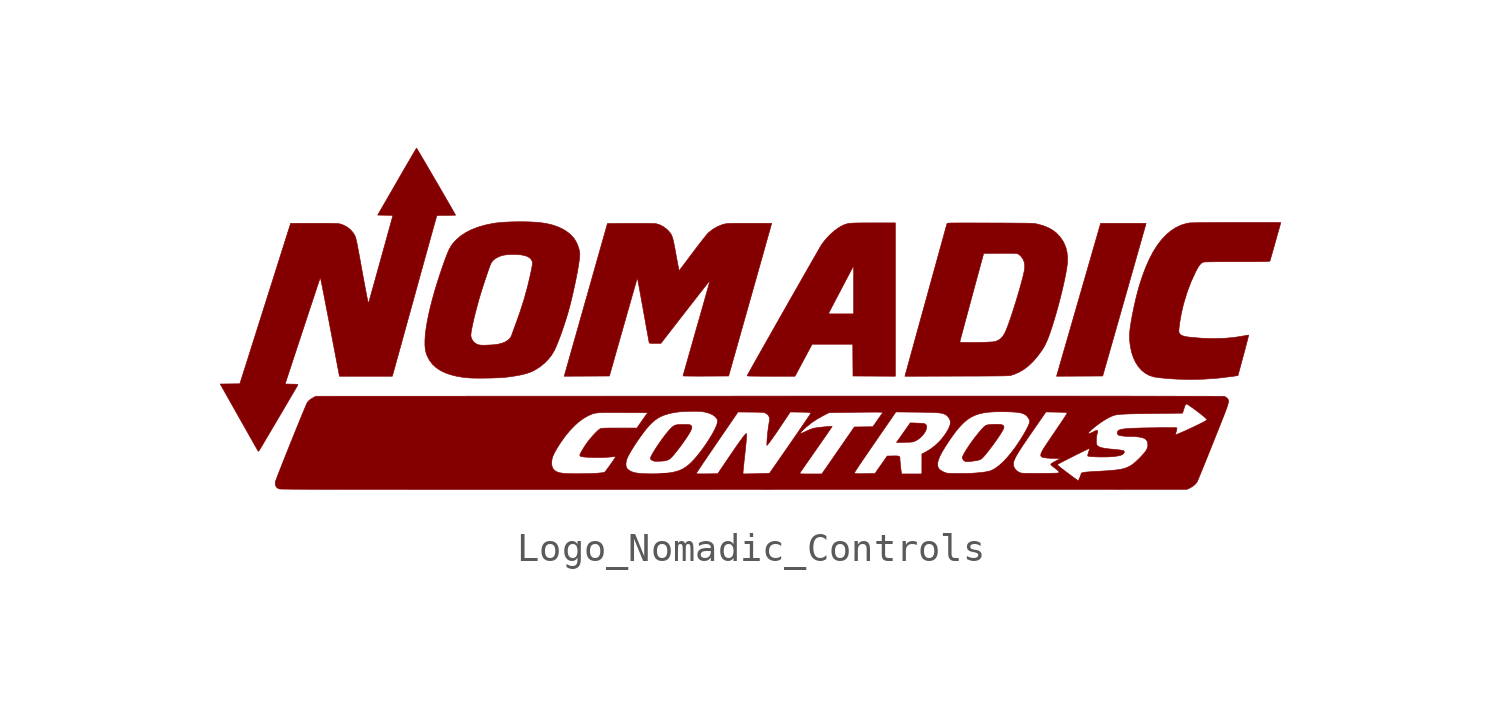
<source format=kicad_sym>
(kicad_symbol_lib
  (version 20211014)
  (generator kicad_symbol_editor)
  (symbol "Logo_Nomadic_Controls"
    (pin_names
      (offset 1.016))
    (property "Reference" "#G"
      (at 0 6.787 0)
      (effects (font (size 1.27 1.27)) hide))
    (symbol "Logo_Nomadic_Controls_0_0"
      (polyline (pts (xy 5.412 -4.404) (xy 5.473 -4.402) (xy 5.557 -4.401) (xy 5.62 -4.398) (xy 5.667 -4.394) (xy 5.703 -4.389) (xy 5.732 -4.38) (xy 5.762 -4.369) (xy 5.795 -4.353) (xy 5.873 -4.31) (xy 5.952 -4.25) (xy 6.023 -4.183) (xy 6.084 -4.11) (xy 6.132 -4.036) (xy 6.166 -3.963) (xy 6.184 -3.896) (xy 6.184 -3.836) (xy 6.165 -3.789) (xy 6.124 -3.756) (xy 6.122 -3.755) (xy 6.088 -3.747) (xy 6.028 -3.74) (xy 5.946 -3.734) (xy 5.847 -3.73) (xy 5.611 -3.722) (xy 5.419 -3.994) (xy 5.399 -4.023) (xy 5.34 -4.106) (xy 5.286 -4.183) (xy 5.238 -4.251) (xy 5.2 -4.304) (xy 5.177 -4.337) (xy 5.125 -4.409) (xy 5.412 -4.404)) (stroke (width 0.01) (type default) (color 0 0 0 0)) (fill (type outline)))
      (polyline (pts (xy 11.555 -2.081) (xy 12.364 -2.077) (xy 13.116 0.562) (xy 13.178 0.781) (xy 13.254 1.047) (xy 13.327 1.306) (xy 13.398 1.554) (xy 13.465 1.791) (xy 13.529 2.015) (xy 13.588 2.225) (xy 13.644 2.419) (xy 13.694 2.597) (xy 13.739 2.756) (xy 13.778 2.894) (xy 13.812 3.012) (xy 13.838 3.107) (xy 13.858 3.178) (xy 13.871 3.223) (xy 13.876 3.241) (xy 13.885 3.282) (xy 12.291 3.282) (xy 11.527 0.632) (xy 11.46 0.4) (xy 11.383 0.134) (xy 11.309 -0.124) (xy 11.237 -0.372) (xy 11.169 -0.609) (xy 11.104 -0.832) (xy 11.044 -1.042) (xy 10.988 -1.235) (xy 10.937 -1.412) (xy 10.892 -1.57) (xy 10.852 -1.708) (xy 10.819 -1.825) (xy 10.791 -1.92) (xy 10.771 -1.99) (xy 10.758 -2.034) (xy 10.754 -2.051) (xy 10.745 -2.085) (xy 11.555 -2.081)) (stroke (width 0.01) (type default) (color 0 0 0 0)) (fill (type outline)))
      (polyline (pts (xy 7.639 -5.083) (xy 7.71 -5.076) (xy 7.806 -5.064) (xy 7.901 -5.051) (xy 7.978 -5.037) (xy 8.038 -5.02) (xy 8.085 -4.998) (xy 8.127 -4.969) (xy 8.168 -4.928) (xy 8.216 -4.875) (xy 8.265 -4.816) (xy 8.343 -4.719) (xy 8.423 -4.614) (xy 8.505 -4.506) (xy 8.584 -4.396) (xy 8.659 -4.29) (xy 8.728 -4.189) (xy 8.787 -4.097) (xy 8.836 -4.019) (xy 8.87 -3.957) (xy 8.889 -3.914) (xy 8.896 -3.875) (xy 8.892 -3.836) (xy 8.869 -3.808) (xy 8.826 -3.788) (xy 8.76 -3.777) (xy 8.67 -3.773) (xy 8.553 -3.775) (xy 8.535 -3.776) (xy 8.455 -3.78) (xy 8.383 -3.786) (xy 8.326 -3.793) (xy 8.291 -3.799) (xy 8.254 -3.817) (xy 8.202 -3.858) (xy 8.138 -3.922) (xy 8.1 -3.964) (xy 8.021 -4.056) (xy 7.939 -4.157) (xy 7.857 -4.263) (xy 7.776 -4.373) (xy 7.699 -4.481) (xy 7.628 -4.587) (xy 7.565 -4.685) (xy 7.512 -4.773) (xy 7.472 -4.848) (xy 7.446 -4.907) (xy 7.437 -4.946) (xy 7.439 -4.961) (xy 7.459 -5.007) (xy 7.496 -5.048) (xy 7.54 -5.075) (xy 7.552 -5.079) (xy 7.588 -5.083) (xy 7.639 -5.083)) (stroke (width 0.01) (type default) (color 0 0 0 0)) (fill (type outline)))
      (polyline (pts (xy -3.186 -5.067) (xy -3.133 -5.065) (xy -3.033 -5.057) (xy -2.954 -5.043) (xy -2.889 -5.02) (xy -2.831 -4.986) (xy -2.776 -4.937) (xy -2.716 -4.872) (xy -2.707 -4.862) (xy -2.623 -4.76) (xy -2.534 -4.648) (xy -2.444 -4.529) (xy -2.357 -4.409) (xy -2.276 -4.293) (xy -2.203 -4.184) (xy -2.144 -4.088) (xy -2.1 -4.01) (xy -2.068 -3.936) (xy -2.056 -3.878) (xy -2.065 -3.835) (xy -2.095 -3.804) (xy -2.103 -3.799) (xy -2.125 -3.79) (xy -2.155 -3.784) (xy -2.2 -3.78) (xy -2.263 -3.779) (xy -2.35 -3.779) (xy -2.376 -3.779) (xy -2.477 -3.781) (xy -2.555 -3.786) (xy -2.616 -3.796) (xy -2.666 -3.813) (xy -2.709 -3.839) (xy -2.753 -3.875) (xy -2.802 -3.923) (xy -2.859 -3.985) (xy -2.926 -4.065) (xy -2.999 -4.156) (xy -3.073 -4.255) (xy -3.148 -4.358) (xy -3.221 -4.463) (xy -3.291 -4.566) (xy -3.355 -4.665) (xy -3.41 -4.756) (xy -3.456 -4.836) (xy -3.49 -4.902) (xy -3.509 -4.952) (xy -3.512 -4.981) (xy -3.507 -4.99) (xy -3.48 -5.016) (xy -3.441 -5.041) (xy -3.425 -5.049) (xy -3.397 -5.06) (xy -3.366 -5.066) (xy -3.325 -5.069) (xy -3.267 -5.069) (xy -3.186 -5.067)) (stroke (width 0.01) (type default) (color 0 0 0 0)) (fill (type outline)))
      (polyline (pts (xy 5.086 3.297) (xy 4.258 3.297) (xy 4.085 3.297) (xy 3.937 3.296) (xy 3.812 3.295) (xy 3.708 3.293) (xy 3.621 3.29) (xy 3.55 3.286) (xy 3.491 3.281) (xy 3.441 3.274) (xy 3.398 3.265) (xy 3.359 3.255) (xy 3.321 3.242) (xy 3.282 3.227) (xy 3.21 3.195) (xy 3.089 3.124) (xy 2.962 3.032) (xy 2.836 2.924) (xy 2.714 2.803) (xy 2.602 2.674) (xy 2.502 2.541) (xy 2.491 2.523) (xy 2.465 2.479) (xy 2.426 2.412) (xy 2.375 2.325) (xy 2.314 2.218) (xy 2.243 2.094) (xy 2.162 1.954) (xy 2.074 1.799) (xy 1.978 1.632) (xy 1.876 1.453) (xy 1.769 1.265) (xy 1.657 1.069) (xy 1.542 0.866) (xy 1.423 0.659) (xy 1.304 0.448) (xy 1.183 0.236) (xy 1.108 0.103) (xy 2.735 0.103) (xy 2.793 0.218) (xy 2.801 0.234) (xy 2.826 0.281) (xy 2.862 0.351) (xy 2.908 0.439) (xy 2.963 0.543) (xy 3.024 0.661) (xy 3.092 0.789) (xy 3.163 0.924) (xy 3.236 1.065) (xy 3.622 1.796) (xy 3.622 0.103) (xy 2.735 0.103) (xy 1.108 0.103) (xy 1.063 0.024) (xy 0.943 -0.187) (xy 0.826 -0.394) (xy 0.711 -0.596) (xy 0.6 -0.792) (xy 0.493 -0.981) (xy 0.393 -1.159) (xy 0.298 -1.326) (xy 0.211 -1.48) (xy 0.133 -1.62) (xy 0.063 -1.744) (xy 0.004 -1.85) (xy -0.044 -1.937) (xy -0.081 -2.003) (xy -0.105 -2.047) (xy -0.114 -2.066) (xy -0.114 -2.066) (xy -0.11 -2.07) (xy -0.093 -2.074) (xy -0.062 -2.077) (xy -0.014 -2.079) (xy 0.052 -2.081) (xy 0.138 -2.082) (xy 0.246 -2.083) (xy 0.378 -2.084) (xy 0.536 -2.084) (xy 0.721 -2.085) (xy 1.564 -2.085) (xy 1.865 -1.523) (xy 2.166 -0.961) (xy 3.592 -0.961) (xy 3.596 -1.519) (xy 3.6 -2.077) (xy 4.343 -2.081) (xy 5.086 -2.085) (xy 5.086 3.297)) (stroke (width 0.01) (type default) (color 0 0 0 0)) (fill (type outline)))
      (polyline (pts (xy 15.907 -2.188) (xy 16.395 -2.154) (xy 16.89 -2.094) (xy 17.111 -2.062) (xy 17.302 -1.355) (xy 17.309 -1.331) (xy 17.346 -1.193) (xy 17.38 -1.064) (xy 17.41 -0.948) (xy 17.437 -0.846) (xy 17.458 -0.762) (xy 17.474 -0.698) (xy 17.484 -0.657) (xy 17.486 -0.642) (xy 17.486 -0.641) (xy 17.467 -0.642) (xy 17.428 -0.647) (xy 17.376 -0.657) (xy 17.308 -0.671) (xy 16.966 -0.725) (xy 16.608 -0.756) (xy 16.233 -0.765) (xy 15.839 -0.751) (xy 15.428 -0.716) (xy 15.375 -0.709) (xy 15.274 -0.694) (xy 15.197 -0.676) (xy 15.139 -0.653) (xy 15.096 -0.624) (xy 15.063 -0.589) (xy 15.057 -0.579) (xy 15.044 -0.554) (xy 15.038 -0.525) (xy 15.037 -0.484) (xy 15.041 -0.422) (xy 15.042 -0.408) (xy 15.054 -0.302) (xy 15.072 -0.175) (xy 15.096 -0.035) (xy 15.123 0.11) (xy 15.154 0.253) (xy 15.185 0.386) (xy 15.204 0.459) (xy 15.32 0.845) (xy 15.46 1.218) (xy 15.628 1.584) (xy 15.668 1.661) (xy 15.72 1.752) (xy 15.767 1.82) (xy 15.811 1.869) (xy 15.856 1.902) (xy 15.904 1.921) (xy 15.921 1.923) (xy 15.969 1.927) (xy 16.046 1.929) (xy 16.152 1.931) (xy 16.285 1.933) (xy 16.447 1.935) (xy 16.636 1.936) (xy 16.851 1.936) (xy 17.094 1.937) (xy 17.351 1.937) (xy 17.527 1.937) (xy 17.678 1.937) (xy 17.806 1.938) (xy 17.912 1.938) (xy 18 1.939) (xy 18.069 1.941) (xy 18.124 1.942) (xy 18.165 1.944) (xy 18.194 1.947) (xy 18.214 1.95) (xy 18.226 1.954) (xy 18.233 1.958) (xy 18.235 1.963) (xy 18.237 1.967) (xy 18.246 2.001) (xy 18.262 2.057) (xy 18.284 2.132) (xy 18.31 2.223) (xy 18.339 2.326) (xy 18.371 2.438) (xy 18.404 2.556) (xy 18.438 2.676) (xy 18.471 2.795) (xy 18.503 2.909) (xy 18.533 3.015) (xy 18.56 3.109) (xy 18.582 3.189) (xy 18.599 3.25) (xy 18.61 3.29) (xy 18.614 3.305) (xy 18.598 3.307) (xy 18.555 3.308) (xy 18.488 3.309) (xy 18.398 3.311) (xy 18.288 3.311) (xy 18.16 3.312) (xy 18.016 3.312) (xy 17.859 3.313) (xy 17.691 3.313) (xy 17.515 3.313) (xy 17.332 3.313) (xy 17.145 3.312) (xy 16.956 3.312) (xy 16.769 3.311) (xy 16.584 3.31) (xy 16.404 3.309) (xy 16.233 3.308) (xy 16.071 3.307) (xy 15.921 3.306) (xy 15.786 3.304) (xy 15.668 3.303) (xy 15.569 3.301) (xy 15.491 3.299) (xy 15.438 3.297) (xy 15.41 3.296) (xy 15.303 3.276) (xy 15.114 3.219) (xy 14.933 3.133) (xy 14.758 3.02) (xy 14.592 2.879) (xy 14.433 2.712) (xy 14.284 2.518) (xy 14.143 2.297) (xy 14.013 2.051) (xy 13.892 1.78) (xy 13.82 1.599) (xy 13.738 1.371) (xy 13.662 1.137) (xy 13.592 0.895) (xy 13.527 0.637) (xy 13.464 0.36) (xy 13.403 0.059) (xy 13.391 -0.005) (xy 13.361 -0.168) (xy 13.338 -0.309) (xy 13.322 -0.431) (xy 13.311 -0.541) (xy 13.306 -0.643) (xy 13.307 -0.74) (xy 13.312 -0.838) (xy 13.322 -0.942) (xy 13.339 -1.064) (xy 13.384 -1.265) (xy 13.447 -1.449) (xy 13.527 -1.614) (xy 13.623 -1.758) (xy 13.735 -1.881) (xy 13.86 -1.981) (xy 13.999 -2.056) (xy 14.149 -2.105) (xy 14.183 -2.112) (xy 14.261 -2.124) (xy 14.36 -2.137) (xy 14.475 -2.149) (xy 14.601 -2.161) (xy 14.732 -2.171) (xy 14.864 -2.18) (xy 14.992 -2.187) (xy 15.419 -2.198) (xy 15.907 -2.188)) (stroke (width 0.01) (type default) (color 0 0 0 0)) (fill (type outline)))
      (polyline (pts (xy -9.355 -2.152) (xy -9.209 -2.15) (xy -9.064 -2.147) (xy -8.927 -2.142) (xy -8.802 -2.137) (xy -8.695 -2.13) (xy -8.612 -2.123) (xy -8.509 -2.111) (xy -8.306 -2.083) (xy -8.129 -2.053) (xy -7.973 -2.019) (xy -7.836 -1.981) (xy -7.715 -1.938) (xy -7.607 -1.889) (xy -7.576 -1.873) (xy -7.404 -1.767) (xy -7.244 -1.64) (xy -7.1 -1.496) (xy -6.977 -1.341) (xy -6.879 -1.176) (xy -6.876 -1.171) (xy -6.833 -1.078) (xy -6.784 -0.961) (xy -6.73 -0.826) (xy -6.673 -0.675) (xy -6.615 -0.514) (xy -6.558 -0.348) (xy -6.502 -0.18) (xy -6.45 -0.016) (xy -6.403 0.14) (xy -6.391 0.184) (xy -6.348 0.343) (xy -6.304 0.514) (xy -6.26 0.693) (xy -6.218 0.877) (xy -6.177 1.062) (xy -6.138 1.246) (xy -6.102 1.425) (xy -6.07 1.595) (xy -6.042 1.753) (xy -6.02 1.896) (xy -6.003 2.021) (xy -5.992 2.123) (xy -5.988 2.201) (xy -5.993 2.264) (xy -6.012 2.357) (xy -6.043 2.459) (xy -6.082 2.561) (xy -6.128 2.654) (xy -6.195 2.757) (xy -6.305 2.879) (xy -6.439 2.988) (xy -6.595 3.084) (xy -6.772 3.165) (xy -6.968 3.23) (xy -7.18 3.279) (xy -7.407 3.31) (xy -7.544 3.321) (xy -7.722 3.33) (xy -7.911 3.336) (xy -8.106 3.337) (xy -8.301 3.334) (xy -8.491 3.328) (xy -8.668 3.319) (xy -8.828 3.305) (xy -8.964 3.289) (xy -9.066 3.272) (xy -9.331 3.216) (xy -9.575 3.144) (xy -9.797 3.057) (xy -9.996 2.954) (xy -10.171 2.838) (xy -10.321 2.707) (xy -10.366 2.66) (xy -10.428 2.591) (xy -10.482 2.522) (xy -10.53 2.448) (xy -10.575 2.364) (xy -10.619 2.267) (xy -10.666 2.151) (xy -10.719 2.011) (xy -10.769 1.871) (xy -10.884 1.536) (xy -10.989 1.212) (xy -11.084 0.901) (xy -11.167 0.602) (xy -11.24 0.319) (xy -11.301 0.051) (xy -11.35 -0.199) (xy -11.387 -0.43) (xy -11.412 -0.642) (xy -11.414 -0.667) (xy -9.812 -0.667) (xy -9.811 -0.616) (xy -9.801 -0.54) (xy -9.785 -0.442) (xy -9.761 -0.324) (xy -9.732 -0.19) (xy -9.698 -0.041) (xy -9.659 0.118) (xy -9.616 0.286) (xy -9.569 0.459) (xy -9.52 0.636) (xy -9.493 0.726) (xy -9.459 0.839) (xy -9.421 0.961) (xy -9.38 1.089) (xy -9.337 1.22) (xy -9.295 1.349) (xy -9.253 1.472) (xy -9.214 1.587) (xy -9.178 1.689) (xy -9.147 1.774) (xy -9.122 1.838) (xy -9.105 1.877) (xy -9.084 1.914) (xy -9.025 1.987) (xy -8.944 2.05) (xy -8.837 2.107) (xy -8.795 2.125) (xy -8.701 2.155) (xy -8.595 2.175) (xy -8.472 2.186) (xy -8.325 2.19) (xy -8.208 2.188) (xy -8.055 2.175) (xy -7.928 2.152) (xy -7.825 2.116) (xy -7.747 2.069) (xy -7.691 2.01) (xy -7.657 1.938) (xy -7.653 1.923) (xy -7.65 1.895) (xy -7.652 1.859) (xy -7.658 1.808) (xy -7.67 1.74) (xy -7.688 1.648) (xy -7.718 1.5) (xy -7.822 1.06) (xy -7.944 0.617) (xy -8.088 0.167) (xy -8.253 -0.296) (xy -8.254 -0.297) (xy -8.287 -0.387) (xy -8.319 -0.472) (xy -8.345 -0.546) (xy -8.366 -0.605) (xy -8.378 -0.641) (xy -8.391 -0.675) (xy -8.442 -0.757) (xy -8.518 -0.827) (xy -8.618 -0.886) (xy -8.739 -0.933) (xy -8.879 -0.965) (xy -9.035 -0.983) (xy -9.064 -0.984) (xy -9.193 -0.991) (xy -9.296 -0.996) (xy -9.379 -0.997) (xy -9.444 -0.995) (xy -9.497 -0.99) (xy -9.54 -0.982) (xy -9.577 -0.969) (xy -9.613 -0.953) (xy -9.656 -0.927) (xy -9.731 -0.859) (xy -9.784 -0.773) (xy -9.812 -0.675) (xy -9.812 -0.667) (xy -11.414 -0.667) (xy -11.424 -0.832) (xy -11.424 -1) (xy -11.411 -1.145) (xy -11.384 -1.264) (xy -11.345 -1.372) (xy -11.263 -1.528) (xy -11.158 -1.666) (xy -11.029 -1.785) (xy -10.878 -1.886) (xy -10.705 -1.968) (xy -10.528 -2.03) (xy -10.326 -2.082) (xy -10.108 -2.119) (xy -9.869 -2.144) (xy -9.839 -2.146) (xy -9.744 -2.15) (xy -9.628 -2.152) (xy -9.496 -2.153) (xy -9.355 -2.152)) (stroke (width 0.01) (type default) (color 0 0 0 0)) (fill (type outline)))
      (polyline (pts (xy 7.246 -2.081) (xy 7.319 -2.081) (xy 7.584 -2.08) (xy 7.821 -2.08) (xy 8.032 -2.079) (xy 8.219 -2.078) (xy 8.384 -2.077) (xy 8.527 -2.076) (xy 8.65 -2.075) (xy 8.755 -2.074) (xy 8.844 -2.073) (xy 8.918 -2.071) (xy 8.979 -2.069) (xy 9.027 -2.067) (xy 9.066 -2.065) (xy 9.096 -2.062) (xy 9.12 -2.059) (xy 9.138 -2.056) (xy 9.152 -2.052) (xy 9.271 -2.012) (xy 9.444 -1.935) (xy 9.607 -1.837) (xy 9.763 -1.718) (xy 9.912 -1.575) (xy 10.059 -1.407) (xy 10.205 -1.211) (xy 10.253 -1.139) (xy 10.307 -1.051) (xy 10.355 -0.961) (xy 10.401 -0.862) (xy 10.448 -0.748) (xy 10.498 -0.612) (xy 10.527 -0.531) (xy 10.588 -0.348) (xy 10.65 -0.15) (xy 10.713 0.061) (xy 10.775 0.279) (xy 10.835 0.502) (xy 10.892 0.724) (xy 10.945 0.942) (xy 10.994 1.152) (xy 11.036 1.35) (xy 11.072 1.532) (xy 11.1 1.695) (xy 11.119 1.833) (xy 11.124 1.887) (xy 11.13 2.086) (xy 11.111 2.27) (xy 11.068 2.441) (xy 10.999 2.602) (xy 10.966 2.662) (xy 10.866 2.807) (xy 10.749 2.932) (xy 10.613 3.038) (xy 10.456 3.127) (xy 10.276 3.199) (xy 10.072 3.255) (xy 10.063 3.257) (xy 10.04 3.262) (xy 10.017 3.267) (xy 9.992 3.271) (xy 9.963 3.274) (xy 9.929 3.277) (xy 9.888 3.28) (xy 9.837 3.282) (xy 9.775 3.284) (xy 9.701 3.285) (xy 9.611 3.287) (xy 9.505 3.288) (xy 9.381 3.289) (xy 9.236 3.29) (xy 9.069 3.291) (xy 8.879 3.292) (xy 8.662 3.292) (xy 8.417 3.293) (xy 8.248 3.294) (xy 8.022 3.294) (xy 7.823 3.295) (xy 7.65 3.295) (xy 7.499 3.295) (xy 7.37 3.295) (xy 7.262 3.295) (xy 7.171 3.294) (xy 7.097 3.293) (xy 7.038 3.292) (xy 6.992 3.29) (xy 6.958 3.288) (xy 6.933 3.286) (xy 6.917 3.283) (xy 6.907 3.28) (xy 6.901 3.276) (xy 6.899 3.272) (xy 6.899 3.272) (xy 6.893 3.251) (xy 6.88 3.205) (xy 6.86 3.133) (xy 6.834 3.038) (xy 6.802 2.922) (xy 6.764 2.786) (xy 6.722 2.632) (xy 6.675 2.462) (xy 6.624 2.277) (xy 6.569 2.08) (xy 6.512 1.871) (xy 6.452 1.653) (xy 6.389 1.427) (xy 6.325 1.196) (xy 6.26 0.96) (xy 6.195 0.722) (xy 6.129 0.482) (xy 6.063 0.244) (xy 5.998 0.009) (xy 5.934 -0.223) (xy 5.872 -0.448) (xy 5.812 -0.665) (xy 5.755 -0.873) (xy 5.752 -0.885) (xy 7.348 -0.885) (xy 7.353 -0.866) (xy 7.364 -0.821) (xy 7.382 -0.751) (xy 7.407 -0.658) (xy 7.437 -0.544) (xy 7.473 -0.412) (xy 7.513 -0.262) (xy 7.557 -0.097) (xy 7.606 0.082) (xy 7.657 0.272) (xy 7.711 0.472) (xy 7.767 0.68) (xy 8.186 2.225) (xy 8.747 2.229) (xy 8.764 2.23) (xy 8.934 2.23) (xy 9.075 2.23) (xy 9.188 2.229) (xy 9.273 2.226) (xy 9.332 2.222) (xy 9.364 2.217) (xy 9.388 2.207) (xy 9.437 2.177) (xy 9.482 2.139) (xy 9.486 2.135) (xy 9.558 2.042) (xy 9.605 1.933) (xy 9.627 1.814) (xy 9.623 1.688) (xy 9.61 1.611) (xy 9.587 1.504) (xy 9.556 1.377) (xy 9.518 1.232) (xy 9.475 1.074) (xy 9.427 0.906) (xy 9.376 0.732) (xy 9.322 0.554) (xy 9.267 0.377) (xy 9.212 0.204) (xy 9.158 0.039) (xy 9.105 -0.115) (xy 9.056 -0.255) (xy 9.01 -0.376) (xy 8.97 -0.476) (xy 8.936 -0.551) (xy 8.899 -0.619) (xy 8.833 -0.713) (xy 8.761 -0.783) (xy 8.677 -0.834) (xy 8.577 -0.869) (xy 8.577 -0.869) (xy 8.54 -0.875) (xy 8.481 -0.881) (xy 8.403 -0.885) (xy 8.309 -0.89) (xy 8.204 -0.894) (xy 8.092 -0.897) (xy 7.976 -0.899) (xy 7.859 -0.9) (xy 7.746 -0.901) (xy 7.64 -0.901) (xy 7.545 -0.9) (xy 7.464 -0.898) (xy 7.402 -0.895) (xy 7.362 -0.89) (xy 7.348 -0.885) (xy 7.348 -0.885) (xy 5.752 -0.885) (xy 5.701 -1.069) (xy 5.65 -1.252) (xy 5.604 -1.421) (xy 5.562 -1.573) (xy 5.525 -1.707) (xy 5.494 -1.821) (xy 5.468 -1.914) (xy 5.449 -1.983) (xy 5.437 -2.027) (xy 5.433 -2.044) (xy 5.423 -2.086) (xy 7.246 -2.081)) (stroke (width 0.01) (type default) (color 0 0 0 0)) (fill (type outline)))
      (polyline (pts (xy -4.949 -2.077) (xy -4.46 -0.352) (xy -4.41 -0.177) (xy -4.35 0.036) (xy -4.292 0.239) (xy -4.237 0.431) (xy -4.186 0.61) (xy -4.139 0.774) (xy -4.097 0.922) (xy -4.059 1.052) (xy -4.028 1.162) (xy -4.002 1.251) (xy -3.983 1.316) (xy -3.971 1.356) (xy -3.967 1.37) (xy -3.967 1.369) (xy -3.963 1.35) (xy -3.954 1.304) (xy -3.941 1.234) (xy -3.924 1.141) (xy -3.904 1.029) (xy -3.88 0.9) (xy -3.854 0.755) (xy -3.826 0.597) (xy -3.795 0.428) (xy -3.763 0.251) (xy -3.759 0.226) (xy -3.727 0.048) (xy -3.696 -0.121) (xy -3.668 -0.28) (xy -3.642 -0.425) (xy -3.618 -0.555) (xy -3.598 -0.668) (xy -3.581 -0.761) (xy -3.568 -0.832) (xy -3.559 -0.879) (xy -3.555 -0.898) (xy -3.554 -0.902) (xy -3.55 -0.914) (xy -3.539 -0.922) (xy -3.518 -0.927) (xy -3.482 -0.93) (xy -3.426 -0.931) (xy -3.345 -0.931) (xy -3.142 -0.93) (xy -2.281 0.179) (xy -2.239 0.234) (xy -2.117 0.39) (xy -2.001 0.539) (xy -1.892 0.678) (xy -1.792 0.807) (xy -1.7 0.923) (xy -1.62 1.026) (xy -1.551 1.113) (xy -1.495 1.183) (xy -1.454 1.234) (xy -1.428 1.265) (xy -1.419 1.274) (xy -1.421 1.269) (xy -1.429 1.238) (xy -1.444 1.182) (xy -1.466 1.102) (xy -1.495 1) (xy -1.53 0.877) (xy -1.57 0.736) (xy -1.614 0.578) (xy -1.663 0.405) (xy -1.716 0.219) (xy -1.772 0.021) (xy -1.831 -0.186) (xy -1.893 -0.401) (xy -1.926 -0.518) (xy -1.986 -0.729) (xy -2.043 -0.931) (xy -2.098 -1.122) (xy -2.149 -1.301) (xy -2.195 -1.466) (xy -2.237 -1.615) (xy -2.275 -1.746) (xy -2.306 -1.857) (xy -2.331 -1.947) (xy -2.35 -2.014) (xy -2.362 -2.057) (xy -2.366 -2.072) (xy -2.361 -2.074) (xy -2.332 -2.076) (xy -2.277 -2.078) (xy -2.2 -2.079) (xy -2.102 -2.08) (xy -1.987 -2.081) (xy -1.857 -2.082) (xy -1.716 -2.082) (xy -1.565 -2.081) (xy -0.765 -2.077) (xy -0.02 0.562) (xy 0.042 0.779) (xy 0.117 1.046) (xy 0.19 1.304) (xy 0.26 1.553) (xy 0.327 1.79) (xy 0.39 2.014) (xy 0.449 2.224) (xy 0.504 2.419) (xy 0.553 2.596) (xy 0.598 2.755) (xy 0.637 2.894) (xy 0.67 3.012) (xy 0.697 3.107) (xy 0.717 3.178) (xy 0.729 3.223) (xy 0.734 3.241) (xy 0.743 3.282) (xy -0.033 3.282) (xy -0.161 3.282) (xy -0.314 3.282) (xy -0.442 3.282) (xy -0.547 3.281) (xy -0.634 3.28) (xy -0.703 3.278) (xy -0.759 3.276) (xy -0.804 3.273) (xy -0.84 3.269) (xy -0.871 3.264) (xy -0.898 3.259) (xy -0.925 3.252) (xy -0.985 3.236) (xy -1.157 3.167) (xy -1.32 3.072) (xy -1.477 2.949) (xy -1.477 2.948) (xy -1.503 2.921) (xy -1.544 2.872) (xy -1.599 2.804) (xy -1.667 2.719) (xy -1.745 2.62) (xy -1.831 2.508) (xy -1.924 2.385) (xy -2.022 2.255) (xy -2.055 2.212) (xy -2.155 2.079) (xy -2.238 1.967) (xy -2.308 1.875) (xy -2.364 1.8) (xy -2.408 1.741) (xy -2.442 1.697) (xy -2.466 1.664) (xy -2.483 1.642) (xy -2.494 1.629) (xy -2.501 1.622) (xy -2.503 1.621) (xy -2.504 1.622) (xy -2.504 1.625) (xy -2.505 1.627) (xy -2.505 1.629) (xy -2.51 1.65) (xy -2.519 1.697) (xy -2.533 1.765) (xy -2.55 1.853) (xy -2.569 1.956) (xy -2.591 2.072) (xy -2.614 2.197) (xy -2.623 2.247) (xy -2.65 2.397) (xy -2.674 2.522) (xy -2.696 2.626) (xy -2.715 2.71) (xy -2.734 2.779) (xy -2.754 2.834) (xy -2.775 2.881) (xy -2.798 2.921) (xy -2.825 2.957) (xy -2.856 2.993) (xy -2.893 3.033) (xy -2.956 3.091) (xy -3.066 3.17) (xy -3.183 3.23) (xy -3.3 3.266) (xy -3.305 3.267) (xy -3.347 3.271) (xy -3.417 3.275) (xy -3.515 3.277) (xy -3.643 3.279) (xy -3.799 3.279) (xy -3.984 3.279) (xy -4.198 3.279) (xy -5.018 3.275) (xy -5.768 0.628) (xy -5.832 0.403) (xy -5.908 0.136) (xy -5.981 -0.122) (xy -6.051 -0.37) (xy -6.118 -0.607) (xy -6.182 -0.831) (xy -6.241 -1.04) (xy -6.296 -1.234) (xy -6.346 -1.411) (xy -6.391 -1.57) (xy -6.43 -1.708) (xy -6.463 -1.825) (xy -6.49 -1.919) (xy -6.51 -1.99) (xy -6.522 -2.034) (xy -6.527 -2.051) (xy -6.535 -2.085) (xy -4.949 -2.077)) (stroke (width 0.01) (type default) (color 0 0 0 0)) (fill (type outline)))
      (polyline (pts (xy -17.247 -4.699) (xy -17.218 -4.655) (xy -17.216 -4.651) (xy -17.18 -4.591) (xy -17.133 -4.512) (xy -17.076 -4.417) (xy -17.012 -4.308) (xy -16.94 -4.186) (xy -16.862 -4.054) (xy -16.78 -3.915) (xy -16.694 -3.77) (xy -16.607 -3.622) (xy -16.519 -3.473) (xy -16.432 -3.325) (xy -16.346 -3.18) (xy -16.265 -3.041) (xy -16.187 -2.909) (xy -16.116 -2.788) (xy -16.052 -2.678) (xy -15.996 -2.583) (xy -15.951 -2.505) (xy -15.916 -2.446) (xy -15.894 -2.407) (xy -15.886 -2.392) (xy -15.885 -2.389) (xy -15.885 -2.38) (xy -15.894 -2.374) (xy -15.916 -2.369) (xy -15.956 -2.366) (xy -16.017 -2.364) (xy -16.104 -2.362) (xy -16.331 -2.358) (xy -15.717 -0.493) (xy -15.688 -0.405) (xy -15.614 -0.181) (xy -15.543 0.035) (xy -15.475 0.24) (xy -15.411 0.434) (xy -15.351 0.614) (xy -15.296 0.78) (xy -15.247 0.928) (xy -15.204 1.059) (xy -15.166 1.17) (xy -15.137 1.259) (xy -15.114 1.325) (xy -15.1 1.366) (xy -15.095 1.381) (xy -15.092 1.374) (xy -15.085 1.341) (xy -15.073 1.283) (xy -15.056 1.2) (xy -15.034 1.094) (xy -15.009 0.968) (xy -14.981 0.822) (xy -14.949 0.66) (xy -14.915 0.482) (xy -14.878 0.291) (xy -14.838 0.087) (xy -14.797 -0.126) (xy -14.755 -0.348) (xy -14.424 -2.085) (xy -12.569 -2.085) (xy -12.547 -2.007) (xy -12.547 -2.007) (xy -12.54 -1.984) (xy -12.526 -1.933) (xy -12.505 -1.858) (xy -12.477 -1.758) (xy -12.444 -1.635) (xy -12.404 -1.492) (xy -12.358 -1.328) (xy -12.308 -1.146) (xy -12.253 -0.947) (xy -12.194 -0.732) (xy -12.13 -0.503) (xy -12.064 -0.261) (xy -11.994 -0.009) (xy -11.921 0.254) (xy -11.846 0.525) (xy -11.769 0.803) (xy -11.763 0.826) (xy -11.687 1.103) (xy -11.613 1.371) (xy -11.541 1.631) (xy -11.472 1.88) (xy -11.406 2.118) (xy -11.344 2.342) (xy -11.286 2.551) (xy -11.232 2.745) (xy -11.183 2.921) (xy -11.139 3.078) (xy -11.101 3.216) (xy -11.069 3.331) (xy -11.043 3.424) (xy -11.023 3.492) (xy -11.011 3.534) (xy -11.006 3.55) (xy -11.003 3.551) (xy -10.975 3.555) (xy -10.924 3.558) (xy -10.853 3.561) (xy -10.769 3.562) (xy -10.674 3.563) (xy -10.631 3.563) (xy -10.541 3.564) (xy -10.463 3.565) (xy -10.403 3.566) (xy -10.363 3.567) (xy -10.349 3.569) (xy -10.35 3.572) (xy -10.363 3.596) (xy -10.389 3.643) (xy -10.427 3.709) (xy -10.475 3.794) (xy -10.533 3.894) (xy -10.598 4.008) (xy -10.671 4.133) (xy -10.749 4.268) (xy -10.831 4.41) (xy -10.916 4.557) (xy -11.003 4.706) (xy -11.091 4.856) (xy -11.177 5.005) (xy -11.262 5.149) (xy -11.343 5.288) (xy -11.419 5.418) (xy -11.49 5.538) (xy -11.553 5.646) (xy -11.608 5.739) (xy -11.653 5.814) (xy -11.688 5.871) (xy -11.71 5.907) (xy -11.718 5.919) (xy -11.719 5.919) (xy -11.729 5.903) (xy -11.753 5.864) (xy -11.79 5.803) (xy -11.838 5.722) (xy -11.896 5.623) (xy -11.964 5.507) (xy -12.04 5.376) (xy -12.124 5.233) (xy -12.213 5.079) (xy -12.308 4.915) (xy -12.406 4.744) (xy -13.083 3.571) (xy -12.816 3.566) (xy -12.549 3.562) (xy -12.559 3.522) (xy -12.563 3.506) (xy -12.575 3.461) (xy -12.594 3.393) (xy -12.619 3.303) (xy -12.649 3.194) (xy -12.684 3.067) (xy -12.723 2.926) (xy -12.765 2.773) (xy -12.81 2.61) (xy -12.858 2.438) (xy -12.907 2.261) (xy -12.957 2.081) (xy -13.007 1.9) (xy -13.057 1.72) (xy -13.106 1.543) (xy -13.154 1.372) (xy -13.199 1.209) (xy -13.242 1.057) (xy -13.281 0.917) (xy -13.316 0.792) (xy -13.346 0.684) (xy -13.371 0.595) (xy -13.389 0.528) (xy -13.402 0.485) (xy -13.407 0.469) (xy -13.41 0.474) (xy -13.418 0.506) (xy -13.431 0.565) (xy -13.449 0.649) (xy -13.47 0.756) (xy -13.495 0.886) (xy -13.523 1.036) (xy -13.555 1.206) (xy -13.59 1.394) (xy -13.627 1.598) (xy -13.648 1.712) (xy -13.683 1.91) (xy -13.714 2.081) (xy -13.742 2.228) (xy -13.765 2.353) (xy -13.785 2.459) (xy -13.802 2.547) (xy -13.817 2.619) (xy -13.83 2.678) (xy -13.841 2.725) (xy -13.851 2.763) (xy -13.861 2.793) (xy -13.87 2.818) (xy -13.879 2.841) (xy -13.889 2.861) (xy -13.943 2.95) (xy -14.032 3.053) (xy -14.141 3.142) (xy -14.264 3.212) (xy -14.395 3.259) (xy -14.413 3.263) (xy -14.44 3.267) (xy -14.475 3.271) (xy -14.519 3.274) (xy -14.576 3.277) (xy -14.647 3.279) (xy -14.736 3.28) (xy -14.844 3.281) (xy -14.975 3.282) (xy -15.13 3.282) (xy -15.312 3.282) (xy -16.137 3.282) (xy -16.957 0.691) (xy -17.009 0.527) (xy -17.094 0.259) (xy -17.177 -0.004) (xy -17.258 -0.258) (xy -17.335 -0.503) (xy -17.409 -0.737) (xy -17.479 -0.958) (xy -17.545 -1.165) (xy -17.605 -1.357) (xy -17.66 -1.531) (xy -17.709 -1.686) (xy -17.752 -1.821) (xy -17.788 -1.934) (xy -17.816 -2.023) (xy -17.837 -2.087) (xy -17.849 -2.125) (xy -17.92 -2.35) (xy -18.265 -2.354) (xy -18.609 -2.358) (xy -17.95 -3.526) (xy -17.945 -3.534) (xy -17.849 -3.705) (xy -17.756 -3.869) (xy -17.669 -4.024) (xy -17.587 -4.168) (xy -17.513 -4.299) (xy -17.447 -4.416) (xy -17.391 -4.516) (xy -17.344 -4.597) (xy -17.309 -4.659) (xy -17.287 -4.698) (xy -17.278 -4.714) (xy -17.278 -4.714) (xy -17.266 -4.718) (xy -17.247 -4.699)) (stroke (width 0.01) (type default) (color 0 0 0 0)) (fill (type outline)))
      (polyline (pts (xy -6.484 -6.058) (xy -5.84 -6.058) (xy -5.171 -6.058) (xy -4.474 -6.058) (xy -3.751 -6.058) (xy -3 -6.058) (xy -2.221 -6.058) (xy -1.413 -6.058) (xy -0.577 -6.057) (xy 15.324 -6.054) (xy 15.422 -6.008) (xy 15.528 -5.947) (xy 15.615 -5.872) (xy 15.679 -5.79) (xy 15.682 -5.784) (xy 15.696 -5.752) (xy 15.72 -5.694) (xy 15.754 -5.614) (xy 15.795 -5.514) (xy 15.844 -5.394) (xy 15.899 -5.258) (xy 15.961 -5.107) (xy 16.027 -4.943) (xy 16.097 -4.769) (xy 16.171 -4.585) (xy 16.275 -4.324) (xy 16.364 -4.102) (xy 16.442 -3.906) (xy 16.511 -3.733) (xy 16.571 -3.582) (xy 16.622 -3.452) (xy 16.665 -3.34) (xy 16.7 -3.246) (xy 16.728 -3.167) (xy 16.749 -3.101) (xy 16.765 -3.048) (xy 16.775 -3.006) (xy 16.78 -2.972) (xy 16.78 -2.945) (xy 16.777 -2.924) (xy 16.77 -2.906) (xy 16.761 -2.892) (xy 16.749 -2.877) (xy 16.735 -2.862) (xy 16.723 -2.849) (xy 16.679 -2.815) (xy 16.635 -2.794) (xy 16.626 -2.793) (xy 16.595 -2.792) (xy 16.541 -2.792) (xy 16.464 -2.791) (xy 16.364 -2.79) (xy 16.24 -2.789) (xy 16.093 -2.788) (xy 15.922 -2.788) (xy 15.726 -2.787) (xy 15.507 -2.787) (xy 15.264 -2.786) (xy 14.995 -2.786) (xy 14.703 -2.785) (xy 14.385 -2.785) (xy 14.041 -2.784) (xy 13.673 -2.784) (xy 13.279 -2.783) (xy 12.859 -2.783) (xy 12.413 -2.783) (xy 11.941 -2.783) (xy 11.443 -2.782) (xy 10.918 -2.782) (xy 10.366 -2.782) (xy 9.787 -2.782) (xy 9.181 -2.782) (xy 8.548 -2.782) (xy 6.482 -2.782) (xy 5.737 -2.782) (xy 4.964 -2.782) (xy 4.162 -2.782) (xy 3.332 -2.782) (xy 2.472 -2.782) (xy 1.583 -2.782) (xy 0.665 -2.783) (xy -15.25 -2.787) (xy -15.332 -2.83) (xy -15.362 -2.846) (xy -15.443 -2.897) (xy -15.505 -2.949) (xy -15.553 -3.008) (xy -15.562 -3.026) (xy -15.582 -3.07) (xy -15.611 -3.137) (xy -15.649 -3.225) (xy -15.693 -3.331) (xy -15.744 -3.454) (xy -15.8 -3.59) (xy -15.86 -3.738) (xy -15.924 -3.895) (xy -15.991 -4.059) (xy -16.059 -4.227) (xy -16.128 -4.398) (xy -16.197 -4.569) (xy -16.264 -4.738) (xy -16.33 -4.902) (xy -16.392 -5.06) (xy -16.404 -5.088) (xy -6.975 -5.088) (xy -6.975 -5.087) (xy -6.967 -5.017) (xy -6.951 -4.948) (xy -6.927 -4.877) (xy -6.891 -4.798) (xy -6.841 -4.705) (xy -6.776 -4.594) (xy -6.664 -4.418) (xy -6.512 -4.203) (xy -6.354 -4.01) (xy -6.194 -3.84) (xy -6.033 -3.693) (xy -5.871 -3.573) (xy -5.712 -3.481) (xy -5.697 -3.474) (xy -5.648 -3.45) (xy -5.604 -3.43) (xy -5.561 -3.413) (xy -5.519 -3.398) (xy -5.472 -3.387) (xy -5.42 -3.377) (xy -5.36 -3.37) (xy -5.288 -3.365) (xy -5.202 -3.362) (xy -5.101 -3.36) (xy -4.98 -3.358) (xy -4.837 -3.358) (xy -4.67 -3.359) (xy -4.476 -3.36) (xy -3.608 -3.364) (xy -3.796 -3.633) (xy -3.985 -3.903) (xy -4.603 -3.903) (xy -4.689 -3.903) (xy -4.829 -3.903) (xy -4.944 -3.904) (xy -5.036 -3.905) (xy -5.108 -3.907) (xy -5.164 -3.909) (xy -5.205 -3.912) (xy -5.235 -3.916) (xy -5.256 -3.921) (xy -5.272 -3.927) (xy -5.29 -3.938) (xy -5.334 -3.973) (xy -5.39 -4.025) (xy -5.455 -4.09) (xy -5.523 -4.163) (xy -5.592 -4.241) (xy -5.657 -4.319) (xy -5.715 -4.393) (xy -5.738 -4.425) (xy -5.787 -4.496) (xy -5.837 -4.572) (xy -5.883 -4.647) (xy -5.925 -4.718) (xy -5.958 -4.779) (xy -5.98 -4.825) (xy -5.988 -4.852) (xy -5.986 -4.865) (xy -5.968 -4.892) (xy -5.964 -4.894) (xy -5.929 -4.905) (xy -5.87 -4.915) (xy -5.791 -4.923) (xy -5.695 -4.929) (xy -5.587 -4.934) (xy -5.47 -4.936) (xy -5.349 -4.937) (xy -5.228 -4.936) (xy -5.111 -4.932) (xy -5.002 -4.927) (xy -4.904 -4.918) (xy -4.844 -4.913) (xy -4.789 -4.908) (xy -4.755 -4.908) (xy -4.74 -4.912) (xy -4.738 -4.92) (xy -4.744 -4.932) (xy -4.766 -4.97) (xy -4.801 -5.022) (xy -4.843 -5.085) (xy -4.892 -5.154) (xy -4.894 -5.158) (xy -4.37 -5.158) (xy -4.357 -5.063) (xy -4.325 -4.962) (xy -4.299 -4.904) (xy -4.249 -4.81) (xy -4.185 -4.699) (xy -4.109 -4.576) (xy -4.023 -4.443) (xy -3.929 -4.305) (xy -3.909 -4.276) (xy -3.785 -4.104) (xy -3.671 -3.955) (xy -3.564 -3.829) (xy -3.461 -3.722) (xy -3.359 -3.633) (xy -3.254 -3.559) (xy -3.145 -3.499) (xy -3.027 -3.45) (xy -2.898 -3.409) (xy -2.755 -3.376) (xy -2.595 -3.348) (xy -2.562 -3.343) (xy -2.47 -3.333) (xy -2.36 -3.325) (xy -2.239 -3.319) (xy -2.114 -3.316) (xy -1.992 -3.314) (xy -1.88 -3.315) (xy -1.783 -3.319) (xy -1.71 -3.325) (xy -1.612 -3.341) (xy -1.467 -3.378) (xy -1.347 -3.428) (xy -1.253 -3.49) (xy -1.185 -3.564) (xy -1.166 -3.598) (xy -1.156 -3.638) (xy -1.157 -3.691) (xy -1.16 -3.714) (xy -1.18 -3.787) (xy -1.217 -3.879) (xy -1.269 -3.985) (xy -1.333 -4.103) (xy -1.408 -4.23) (xy -1.491 -4.362) (xy -1.581 -4.496) (xy -1.675 -4.629) (xy -1.772 -4.758) (xy -1.868 -4.879) (xy -1.963 -4.99) (xy -2.055 -5.088) (xy -2.153 -5.181) (xy -2.259 -5.265) (xy -2.366 -5.334) (xy -2.481 -5.388) (xy -2.607 -5.43) (xy -2.749 -5.462) (xy -2.911 -5.484) (xy -3.097 -5.5) (xy -3.248 -5.507) (xy -3.261 -5.507) (xy -1.907 -5.507) (xy -1.9 -5.494) (xy -1.877 -5.457) (xy -1.838 -5.397) (xy -1.783 -5.314) (xy -1.712 -5.209) (xy -1.627 -5.082) (xy -1.527 -4.935) (xy -1.413 -4.767) (xy -1.286 -4.58) (xy -1.145 -4.374) (xy -0.991 -4.149) (xy -0.436 -3.34) (xy 0.015 -3.344) (xy 0.087 -3.345) (xy 0.2 -3.346) (xy 0.289 -3.348) (xy 0.357 -3.349) (xy 0.409 -3.352) (xy 0.447 -3.356) (xy 0.476 -3.361) (xy 0.498 -3.367) (xy 0.518 -3.376) (xy 0.539 -3.386) (xy 0.564 -3.4) (xy 0.612 -3.438) (xy 0.647 -3.491) (xy 0.649 -3.496) (xy 0.664 -3.527) (xy 0.672 -3.554) (xy 0.674 -3.584) (xy 0.669 -3.627) (xy 0.659 -3.69) (xy 0.632 -3.863) (xy 0.609 -4.038) (xy 0.592 -4.202) (xy 0.582 -4.347) (xy 0.575 -4.517) (xy 0.621 -4.465) (xy 0.638 -4.446) (xy 0.684 -4.386) (xy 0.746 -4.301) (xy 0.823 -4.192) (xy 0.916 -4.057) (xy 1.024 -3.898) (xy 1.147 -3.714) (xy 1.396 -3.34) (xy 1.74 -3.344) (xy 1.786 -3.345) (xy 1.894 -3.347) (xy 1.976 -3.35) (xy 2.036 -3.354) (xy 2.076 -3.36) (xy 2.099 -3.369) (xy 2.109 -3.381) (xy 2.108 -3.397) (xy 2.099 -3.417) (xy 2.093 -3.427) (xy 2.071 -3.461) (xy 2.034 -3.516) (xy 1.983 -3.591) (xy 1.92 -3.684) (xy 1.846 -3.792) (xy 1.762 -3.914) (xy 1.67 -4.049) (xy 1.57 -4.193) (xy 1.465 -4.346) (xy 1.355 -4.505) (xy 1.241 -4.67) (xy 1.125 -4.837) (xy 1.009 -5.005) (xy 0.669 -5.492) (xy 0.536 -5.496) (xy 1.724 -5.496) (xy 1.727 -5.492) (xy 1.745 -5.466) (xy 1.778 -5.419) (xy 1.824 -5.353) (xy 1.882 -5.269) (xy 1.95 -5.171) (xy 2.028 -5.059) (xy 2.114 -4.937) (xy 2.205 -4.805) (xy 2.302 -4.667) (xy 2.35 -4.598) (xy 2.444 -4.463) (xy 2.532 -4.337) (xy 2.613 -4.221) (xy 2.685 -4.116) (xy 2.747 -4.026) (xy 2.798 -3.953) (xy 2.836 -3.897) (xy 2.86 -3.862) (xy 2.868 -3.849) (xy 2.867 -3.847) (xy 2.846 -3.845) (xy 2.803 -3.846) (xy 2.741 -3.849) (xy 2.666 -3.855) (xy 2.582 -3.863) (xy 2.496 -3.872) (xy 2.412 -3.882) (xy 2.334 -3.892) (xy 2.268 -3.902) (xy 2.219 -3.912) (xy 2.187 -3.921) (xy 2.121 -3.943) (xy 2.047 -3.973) (xy 1.974 -4.006) (xy 1.924 -4.03) (xy 1.865 -4.057) (xy 1.819 -4.077) (xy 1.793 -4.087) (xy 1.77 -4.091) (xy 1.76 -4.082) (xy 1.772 -4.055) (xy 1.808 -4.012) (xy 1.867 -3.953) (xy 1.952 -3.874) (xy 2.141 -3.721) (xy 2.346 -3.584) (xy 2.573 -3.458) (xy 2.757 -3.365) (xy 3.526 -3.353) (xy 3.551 -3.353) (xy 3.706 -3.35) (xy 3.856 -3.348) (xy 4 -3.347) (xy 4.132 -3.346) (xy 4.249 -3.345) (xy 4.347 -3.344) (xy 4.423 -3.344) (xy 4.474 -3.345) (xy 4.653 -3.349) (xy 4.474 -3.603) (xy 4.295 -3.858) (xy 3.971 -3.862) (xy 3.647 -3.866) (xy 3.077 -4.691) (xy 2.526 -5.486) (xy 3.647 -5.486) (xy 3.65 -5.477) (xy 3.661 -5.457) (xy 3.68 -5.423) (xy 3.71 -5.376) (xy 3.75 -5.315) (xy 3.801 -5.238) (xy 3.864 -5.145) (xy 3.938 -5.034) (xy 4.027 -4.905) (xy 4.128 -4.757) (xy 4.244 -4.588) (xy 4.375 -4.398) (xy 4.521 -4.185) (xy 4.684 -3.949) (xy 5.106 -3.338) (xy 5.817 -3.346) (xy 6.002 -3.348) (xy 6.161 -3.351) (xy 6.297 -3.354) (xy 6.411 -3.357) (xy 6.505 -3.362) (xy 6.584 -3.368) (xy 6.648 -3.375) (xy 6.701 -3.383) (xy 6.746 -3.393) (xy 6.784 -3.405) (xy 6.819 -3.418) (xy 6.873 -3.448) (xy 6.938 -3.507) (xy 6.987 -3.58) (xy 7.015 -3.66) (xy 7.019 -3.741) (xy 7.015 -3.763) (xy 6.988 -3.848) (xy 6.943 -3.946) (xy 6.882 -4.053) (xy 6.807 -4.163) (xy 6.723 -4.272) (xy 6.631 -4.375) (xy 6.615 -4.392) (xy 6.464 -4.532) (xy 6.31 -4.649) (xy 6.146 -4.746) (xy 6.018 -4.812) (xy 6.018 -5.164) (xy 6.018 -5.194) (xy 6.568 -5.194) (xy 6.575 -5.108) (xy 6.603 -5.006) (xy 6.652 -4.886) (xy 6.659 -4.872) (xy 6.709 -4.776) (xy 6.774 -4.664) (xy 6.85 -4.54) (xy 6.934 -4.41) (xy 7.023 -4.279) (xy 7.113 -4.152) (xy 7.2 -4.035) (xy 7.282 -3.933) (xy 7.296 -3.916) (xy 7.408 -3.792) (xy 7.518 -3.685) (xy 7.631 -3.595) (xy 7.75 -3.519) (xy 7.876 -3.458) (xy 8.014 -3.41) (xy 8.166 -3.374) (xy 8.334 -3.349) (xy 8.523 -3.335) (xy 8.735 -3.329) (xy 8.972 -3.331) (xy 9.046 -3.333) (xy 9.182 -3.338) (xy 9.294 -3.345) (xy 9.387 -3.354) (xy 9.463 -3.367) (xy 9.526 -3.383) (xy 9.581 -3.403) (xy 9.63 -3.427) (xy 9.655 -3.443) (xy 9.711 -3.493) (xy 9.758 -3.554) (xy 9.79 -3.617) (xy 9.802 -3.674) (xy 9.8 -3.693) (xy 9.784 -3.748) (xy 9.752 -3.824) (xy 9.706 -3.917) (xy 9.648 -4.025) (xy 9.578 -4.146) (xy 9.498 -4.277) (xy 9.409 -4.415) (xy 9.278 -4.605) (xy 9.144 -4.782) (xy 9.011 -4.94) (xy 8.88 -5.08) (xy 8.763 -5.187) (xy 9.229 -5.187) (xy 9.229 -5.152) (xy 9.234 -5.113) (xy 9.245 -5.069) (xy 9.264 -5.019) (xy 9.29 -4.961) (xy 9.325 -4.893) (xy 9.37 -4.815) (xy 9.426 -4.723) (xy 9.494 -4.617) (xy 9.574 -4.495) (xy 9.668 -4.356) (xy 9.776 -4.197) (xy 9.9 -4.018) (xy 10.04 -3.816) (xy 10.371 -3.339) (xy 10.734 -3.344) (xy 10.807 -3.346) (xy 10.902 -3.348) (xy 10.985 -3.351) (xy 11.05 -3.354) (xy 11.095 -3.358) (xy 11.114 -3.361) (xy 11.115 -3.362) (xy 11.114 -3.376) (xy 11.099 -3.407) (xy 11.071 -3.456) (xy 11.027 -3.525) (xy 10.968 -3.615) (xy 10.893 -3.727) (xy 10.89 -3.73) (xy 10.774 -3.902) (xy 10.672 -4.052) (xy 10.585 -4.181) (xy 10.511 -4.291) (xy 10.448 -4.384) (xy 10.396 -4.461) (xy 10.354 -4.525) (xy 10.32 -4.577) (xy 10.293 -4.62) (xy 10.272 -4.654) (xy 10.256 -4.682) (xy 10.243 -4.705) (xy 10.232 -4.726) (xy 10.229 -4.732) (xy 10.199 -4.801) (xy 10.188 -4.853) (xy 10.196 -4.889) (xy 10.222 -4.916) (xy 10.235 -4.923) (xy 10.287 -4.938) (xy 10.362 -4.95) (xy 10.458 -4.96) (xy 10.571 -4.966) (xy 10.697 -4.968) (xy 10.889 -4.969) (xy 10.756 -5.039) (xy 10.754 -5.04) (xy 10.669 -5.085) (xy 10.609 -5.12) (xy 10.569 -5.146) (xy 10.548 -5.165) (xy 10.541 -5.18) (xy 10.547 -5.191) (xy 10.777 -5.191) (xy 10.778 -5.182) (xy 10.78 -5.18) (xy 10.803 -5.166) (xy 10.849 -5.141) (xy 10.913 -5.106) (xy 10.992 -5.065) (xy 11.084 -5.018) (xy 11.183 -4.967) (xy 11.287 -4.915) (xy 11.392 -4.862) (xy 11.496 -4.81) (xy 11.594 -4.761) (xy 11.683 -4.718) (xy 11.759 -4.681) (xy 11.82 -4.652) (xy 11.861 -4.634) (xy 11.879 -4.628) (xy 11.881 -4.628) (xy 11.894 -4.63) (xy 11.899 -4.639) (xy 11.897 -4.66) (xy 11.885 -4.699) (xy 11.864 -4.761) (xy 11.847 -4.819) (xy 11.838 -4.862) (xy 11.841 -4.883) (xy 11.849 -4.888) (xy 11.885 -4.896) (xy 11.944 -4.903) (xy 12.021 -4.909) (xy 12.112 -4.914) (xy 12.213 -4.917) (xy 12.318 -4.918) (xy 12.424 -4.918) (xy 12.525 -4.916) (xy 12.619 -4.912) (xy 12.74 -4.903) (xy 12.856 -4.889) (xy 12.948 -4.872) (xy 13.018 -4.851) (xy 13.069 -4.824) (xy 13.102 -4.791) (xy 13.121 -4.75) (xy 13.123 -4.736) (xy 13.12 -4.72) (xy 13.106 -4.707) (xy 13.08 -4.696) (xy 13.037 -4.685) (xy 12.976 -4.675) (xy 12.894 -4.665) (xy 12.788 -4.654) (xy 12.656 -4.642) (xy 12.63 -4.64) (xy 12.492 -4.624) (xy 12.381 -4.606) (xy 12.294 -4.585) (xy 12.229 -4.559) (xy 12.184 -4.529) (xy 12.157 -4.494) (xy 12.149 -4.47) (xy 12.141 -4.415) (xy 12.139 -4.345) (xy 12.142 -4.269) (xy 12.15 -4.195) (xy 12.162 -4.132) (xy 12.163 -4.128) (xy 12.18 -4.063) (xy 12.187 -4.021) (xy 12.185 -3.998) (xy 12.172 -3.988) (xy 12.148 -3.987) (xy 12.127 -3.992) (xy 12.082 -4.01) (xy 12.035 -4.036) (xy 11.992 -4.06) (xy 11.943 -4.08) (xy 11.9 -4.092) (xy 11.869 -4.095) (xy 11.857 -4.086) (xy 11.868 -4.068) (xy 11.897 -4.035) (xy 11.941 -3.992) (xy 11.995 -3.943) (xy 12.054 -3.891) (xy 12.116 -3.841) (xy 12.162 -3.805) (xy 12.297 -3.708) (xy 12.43 -3.621) (xy 12.557 -3.548) (xy 12.673 -3.491) (xy 12.774 -3.454) (xy 12.778 -3.453) (xy 12.815 -3.444) (xy 12.86 -3.436) (xy 12.916 -3.429) (xy 12.985 -3.422) (xy 13.068 -3.417) (xy 13.167 -3.412) (xy 13.284 -3.407) (xy 13.422 -3.404) (xy 13.581 -3.4) (xy 13.765 -3.397) (xy 13.974 -3.394) (xy 14.21 -3.391) (xy 15.166 -3.381) (xy 15.211 -3.239) (xy 15.235 -3.165) (xy 15.256 -3.107) (xy 15.276 -3.072) (xy 15.298 -3.059) (xy 15.327 -3.065) (xy 15.367 -3.089) (xy 15.422 -3.127) (xy 15.425 -3.129) (xy 15.509 -3.189) (xy 15.599 -3.254) (xy 15.69 -3.323) (xy 15.777 -3.389) (xy 15.855 -3.451) (xy 15.919 -3.503) (xy 15.964 -3.543) (xy 15.977 -3.554) (xy 16.008 -3.585) (xy 16.021 -3.604) (xy 16.019 -3.617) (xy 16.004 -3.63) (xy 15.989 -3.641) (xy 15.944 -3.668) (xy 15.881 -3.702) (xy 15.802 -3.743) (xy 15.711 -3.788) (xy 15.612 -3.836) (xy 15.508 -3.885) (xy 15.403 -3.934) (xy 15.3 -3.982) (xy 15.203 -4.025) (xy 15.115 -4.064) (xy 15.039 -4.095) (xy 14.979 -4.119) (xy 14.939 -4.132) (xy 14.921 -4.134) (xy 14.921 -4.133) (xy 14.923 -4.113) (xy 14.932 -4.073) (xy 14.946 -4.022) (xy 14.948 -4.015) (xy 14.962 -3.963) (xy 14.969 -3.922) (xy 14.968 -3.9) (xy 14.965 -3.898) (xy 14.945 -3.895) (xy 14.907 -3.892) (xy 14.849 -3.89) (xy 14.768 -3.889) (xy 14.665 -3.889) (xy 14.536 -3.89) (xy 14.381 -3.891) (xy 14.198 -3.894) (xy 14.127 -3.895) (xy 13.905 -3.898) (xy 13.711 -3.902) (xy 13.543 -3.907) (xy 13.398 -3.912) (xy 13.276 -3.919) (xy 13.174 -3.927) (xy 13.09 -3.937) (xy 13.023 -3.949) (xy 12.971 -3.963) (xy 12.933 -3.98) (xy 12.906 -3.999) (xy 12.889 -4.021) (xy 12.88 -4.047) (xy 12.877 -4.075) (xy 12.885 -4.117) (xy 12.912 -4.147) (xy 12.926 -4.154) (xy 12.977 -4.169) (xy 13.051 -4.181) (xy 13.145 -4.191) (xy 13.253 -4.197) (xy 13.373 -4.199) (xy 13.427 -4.2) (xy 13.558 -4.208) (xy 13.673 -4.223) (xy 13.767 -4.245) (xy 13.835 -4.273) (xy 13.864 -4.291) (xy 13.912 -4.34) (xy 13.939 -4.403) (xy 13.947 -4.487) (xy 13.947 -4.515) (xy 13.937 -4.577) (xy 13.915 -4.638) (xy 13.879 -4.703) (xy 13.826 -4.775) (xy 13.754 -4.857) (xy 13.661 -4.954) (xy 13.598 -5.016) (xy 13.519 -5.09) (xy 13.444 -5.154) (xy 13.37 -5.207) (xy 13.294 -5.252) (xy 13.213 -5.289) (xy 13.125 -5.32) (xy 13.024 -5.345) (xy 12.91 -5.365) (xy 12.778 -5.381) (xy 12.627 -5.395) (xy 12.451 -5.407) (xy 12.249 -5.419) (xy 12.155 -5.424) (xy 12.014 -5.432) (xy 11.898 -5.44) (xy 11.806 -5.447) (xy 11.735 -5.455) (xy 11.682 -5.464) (xy 11.645 -5.473) (xy 11.622 -5.484) (xy 11.609 -5.495) (xy 11.606 -5.51) (xy 11.606 -5.513) (xy 11.598 -5.541) (xy 11.582 -5.587) (xy 11.56 -5.641) (xy 11.554 -5.657) (xy 11.532 -5.705) (xy 11.514 -5.739) (xy 11.503 -5.751) (xy 11.5 -5.75) (xy 11.476 -5.734) (xy 11.433 -5.703) (xy 11.374 -5.66) (xy 11.301 -5.606) (xy 11.217 -5.545) (xy 11.127 -5.477) (xy 11.065 -5.431) (xy 10.972 -5.36) (xy 10.9 -5.304) (xy 10.846 -5.261) (xy 10.809 -5.229) (xy 10.787 -5.206) (xy 10.777 -5.191) (xy 10.547 -5.191) (xy 10.549 -5.194) (xy 10.574 -5.22) (xy 10.612 -5.252) (xy 10.645 -5.278) (xy 10.704 -5.324) (xy 10.759 -5.367) (xy 10.806 -5.406) (xy 10.832 -5.438) (xy 10.833 -5.462) (xy 10.811 -5.479) (xy 10.808 -5.48) (xy 10.779 -5.483) (xy 10.725 -5.486) (xy 10.651 -5.488) (xy 10.559 -5.49) (xy 10.454 -5.492) (xy 10.34 -5.493) (xy 10.219 -5.494) (xy 10.097 -5.495) (xy 9.977 -5.495) (xy 9.862 -5.494) (xy 9.757 -5.493) (xy 9.665 -5.492) (xy 9.59 -5.49) (xy 9.536 -5.487) (xy 9.507 -5.484) (xy 9.437 -5.461) (xy 9.362 -5.414) (xy 9.298 -5.351) (xy 9.252 -5.278) (xy 9.23 -5.202) (xy 9.229 -5.187) (xy 8.763 -5.187) (xy 8.752 -5.198) (xy 8.63 -5.293) (xy 8.515 -5.364) (xy 8.408 -5.409) (xy 8.341 -5.426) (xy 8.255 -5.443) (xy 8.148 -5.458) (xy 8.017 -5.472) (xy 7.859 -5.485) (xy 7.81 -5.488) (xy 7.724 -5.492) (xy 7.624 -5.495) (xy 7.515 -5.497) (xy 7.401 -5.498) (xy 7.287 -5.498) (xy 7.179 -5.497) (xy 7.08 -5.495) (xy 6.997 -5.493) (xy 6.934 -5.489) (xy 6.895 -5.485) (xy 6.862 -5.476) (xy 6.79 -5.449) (xy 6.719 -5.412) (xy 6.658 -5.371) (xy 6.616 -5.331) (xy 6.615 -5.33) (xy 6.581 -5.268) (xy 6.568 -5.194) (xy 6.018 -5.194) (xy 6.017 -5.515) (xy 5.308 -5.515) (xy 5.3 -5.481) (xy 5.296 -5.457) (xy 5.288 -5.403) (xy 5.279 -5.332) (xy 5.27 -5.251) (xy 5.262 -5.169) (xy 5.255 -5.093) (xy 5.25 -5.03) (xy 5.248 -4.987) (xy 5.248 -4.954) (xy 5.242 -4.923) (xy 5.227 -4.902) (xy 5.199 -4.889) (xy 5.154 -4.883) (xy 5.087 -4.881) (xy 4.995 -4.882) (xy 4.8 -4.886) (xy 4.585 -5.193) (xy 4.37 -5.5) (xy 4.229 -5.5) (xy 4.216 -5.5) (xy 4.128 -5.501) (xy 4.032 -5.503) (xy 3.947 -5.506) (xy 3.88 -5.508) (xy 3.794 -5.507) (xy 3.723 -5.503) (xy 3.673 -5.497) (xy 3.648 -5.487) (xy 3.647 -5.486) (xy 2.526 -5.486) (xy 2.506 -5.515) (xy 2.11 -5.515) (xy 2.002 -5.514) (xy 1.903 -5.514) (xy 1.828 -5.512) (xy 1.776 -5.51) (xy 1.743 -5.506) (xy 1.727 -5.502) (xy 1.724 -5.496) (xy 0.536 -5.496) (xy 0.208 -5.505) (xy 0.153 -5.507) (xy 0.043 -5.509) (xy -0.055 -5.511) (xy -0.138 -5.512) (xy -0.203 -5.512) (xy -0.245 -5.511) (xy -0.262 -5.509) (xy -0.262 -5.509) (xy -0.262 -5.49) (xy -0.259 -5.445) (xy -0.253 -5.378) (xy -0.245 -5.292) (xy -0.234 -5.189) (xy -0.222 -5.074) (xy -0.209 -4.95) (xy -0.206 -4.927) (xy -0.185 -4.737) (xy -0.168 -4.575) (xy -0.155 -4.439) (xy -0.145 -4.328) (xy -0.138 -4.24) (xy -0.135 -4.175) (xy -0.135 -4.13) (xy -0.138 -4.104) (xy -0.144 -4.095) (xy -0.146 -4.096) (xy -0.164 -4.108) (xy -0.191 -4.136) (xy -0.229 -4.182) (xy -0.279 -4.246) (xy -0.34 -4.33) (xy -0.414 -4.433) (xy -0.501 -4.558) (xy -0.603 -4.705) (xy -0.719 -4.875) (xy -0.851 -5.069) (xy -1.147 -5.507) (xy -1.527 -5.511) (xy -1.619 -5.512) (xy -1.712 -5.512) (xy -1.792 -5.512) (xy -1.853 -5.511) (xy -1.893 -5.509) (xy -1.907 -5.507) (xy -3.261 -5.507) (xy -3.407 -5.511) (xy -3.563 -5.51) (xy -3.711 -5.506) (xy -3.845 -5.498) (xy -3.961 -5.487) (xy -4.052 -5.471) (xy -4.123 -5.452) (xy -4.208 -5.416) (xy -4.279 -5.373) (xy -4.328 -5.326) (xy -4.339 -5.311) (xy -4.364 -5.242) (xy -4.37 -5.158) (xy -4.894 -5.158) (xy -4.942 -5.226) (xy -4.992 -5.294) (xy -5.038 -5.356) (xy -5.077 -5.407) (xy -5.106 -5.441) (xy -5.121 -5.456) (xy -5.146 -5.462) (xy -5.194 -5.47) (xy -5.258 -5.478) (xy -5.33 -5.485) (xy -5.403 -5.491) (xy -5.508 -5.496) (xy -5.63 -5.501) (xy -5.764 -5.504) (xy -5.904 -5.506) (xy -6.043 -5.508) (xy -6.176 -5.508) (xy -6.297 -5.506) (xy -6.401 -5.504) (xy -6.48 -5.5) (xy -6.591 -5.489) (xy -6.688 -5.474) (xy -6.764 -5.452) (xy -6.825 -5.424) (xy -6.875 -5.388) (xy -6.92 -5.338) (xy -6.957 -5.27) (xy -6.974 -5.189) (xy -6.975 -5.088) (xy -16.404 -5.088) (xy -16.451 -5.209) (xy -16.505 -5.346) (xy -16.554 -5.47) (xy -16.595 -5.577) (xy -16.629 -5.667) (xy -16.655 -5.736) (xy -16.671 -5.782) (xy -16.677 -5.803) (xy -16.677 -5.804) (xy -16.674 -5.89) (xy -16.651 -5.956) (xy -16.606 -6.005) (xy -16.537 -6.04) (xy -16.536 -6.04) (xy -16.529 -6.041) (xy -16.515 -6.042) (xy -16.495 -6.043) (xy -16.468 -6.044) (xy -16.432 -6.045) (xy -16.389 -6.046) (xy -16.337 -6.047) (xy -16.276 -6.047) (xy -16.205 -6.048) (xy -16.124 -6.049) (xy -16.032 -6.05) (xy -15.929 -6.05) (xy -15.814 -6.051) (xy -15.687 -6.052) (xy -15.548 -6.052) (xy -15.395 -6.053) (xy -15.228 -6.053) (xy -15.048 -6.054) (xy -14.852 -6.054) (xy -14.642 -6.055) (xy -14.416 -6.055) (xy -14.174 -6.056) (xy -13.915 -6.056) (xy -13.639 -6.056) (xy -13.345 -6.057) (xy -13.033 -6.057) (xy -12.703 -6.057) (xy -12.353 -6.057) (xy -11.984 -6.058) (xy -11.595 -6.058) (xy -11.184 -6.058) (xy -10.753 -6.058) (xy -10.3 -6.058) (xy -9.826 -6.058) (xy -9.328 -6.058) (xy -8.807 -6.058) (xy -7.102 -6.058) (xy -6.484 -6.058)) (stroke (width 0.01) (type default) (color 0 0 0 0)) (fill (type outline))))))
</source>
